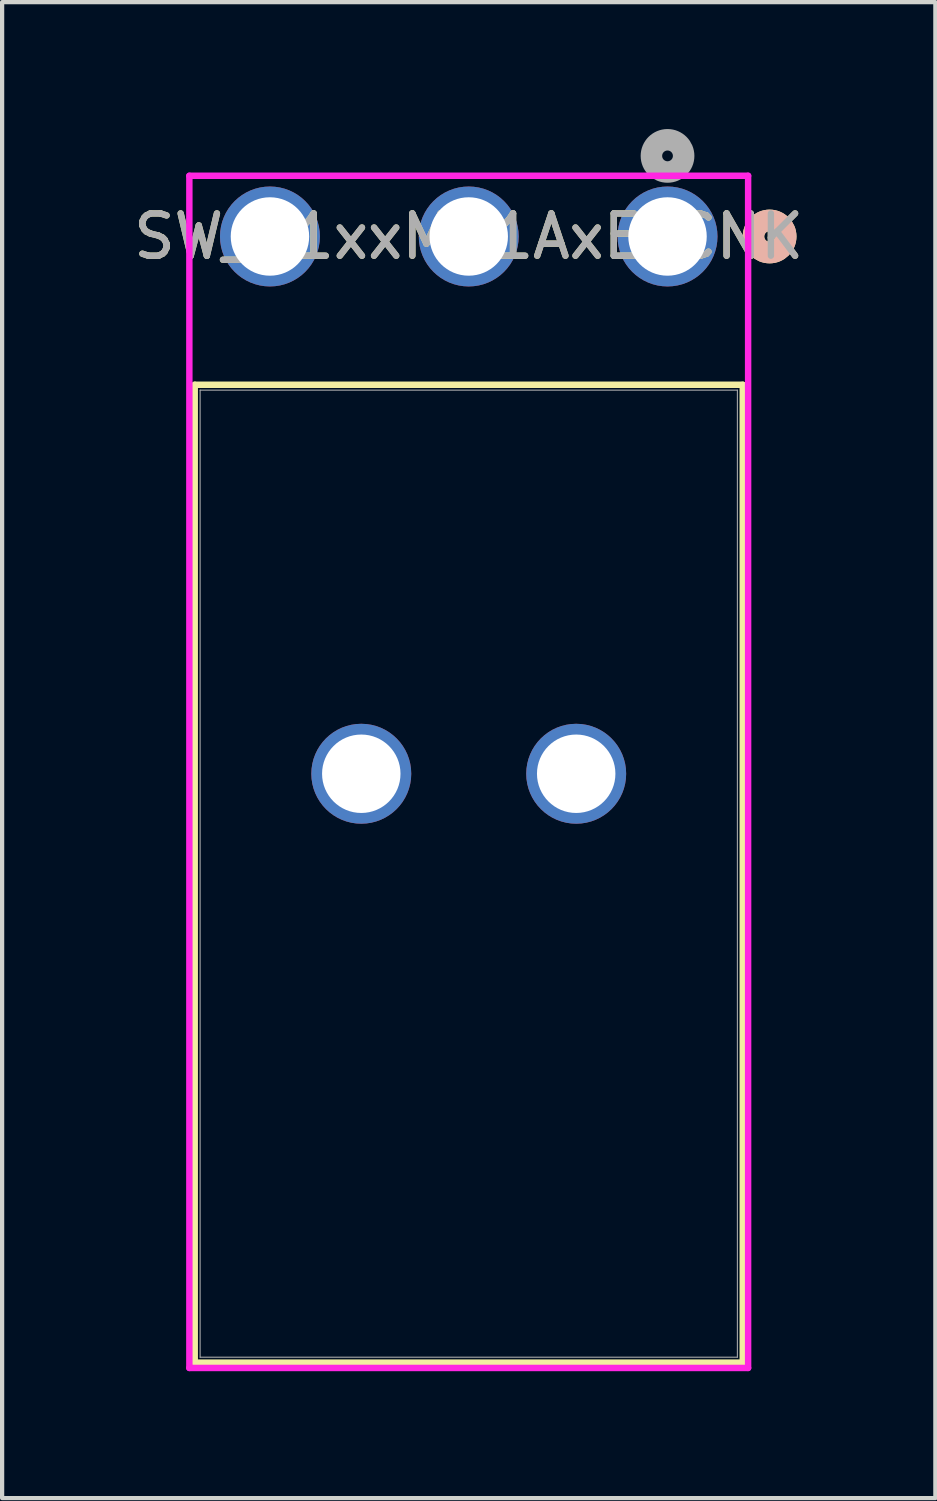
<source format=kicad_pcb>
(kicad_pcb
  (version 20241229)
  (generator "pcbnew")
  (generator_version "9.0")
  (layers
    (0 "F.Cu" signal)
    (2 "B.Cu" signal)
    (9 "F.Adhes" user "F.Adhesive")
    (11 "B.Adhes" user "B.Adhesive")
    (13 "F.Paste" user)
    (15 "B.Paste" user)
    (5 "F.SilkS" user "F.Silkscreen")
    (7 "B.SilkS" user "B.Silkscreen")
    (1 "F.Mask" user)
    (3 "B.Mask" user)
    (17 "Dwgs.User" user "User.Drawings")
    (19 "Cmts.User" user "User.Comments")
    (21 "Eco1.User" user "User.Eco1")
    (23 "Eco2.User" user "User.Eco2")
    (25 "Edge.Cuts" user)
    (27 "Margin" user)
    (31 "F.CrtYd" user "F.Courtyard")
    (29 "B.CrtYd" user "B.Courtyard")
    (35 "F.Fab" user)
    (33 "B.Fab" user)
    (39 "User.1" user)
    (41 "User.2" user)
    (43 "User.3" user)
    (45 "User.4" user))
  (footprint "SW_E1xxMD1AxE_CNK"
    (layer "F.Cu")
    (at 12.729 2.54)
    (property "Reference" "SW_E1xxMD1AxE_CNK" (at -4.699 0 0) (unlocked yes) (layer "F.SilkS") (effects (font (size 1 1) (thickness 0.15))))
    (attr through_hole)
    (fp_line (start -11.176 3.505) (end -11.176 26.619) (stroke (width 0.152) (type solid)) (layer "F.SilkS"))
    (fp_line (start -11.176 26.619) (end 1.778 26.619) (stroke (width 0.152) (type solid)) (layer "F.SilkS"))
    (fp_line (start 1.778 3.505) (end -11.176 3.505) (stroke (width 0.152) (type solid)) (layer "F.SilkS"))
    (fp_line (start 1.778 26.619) (end 1.778 3.505) (stroke (width 0.152) (type solid)) (layer "F.SilkS"))
    (fp_circle (center 2.413 0) (end 2.794 0) (stroke (width 0.508) (type solid)) (fill no) (layer "F.SilkS"))
    (fp_circle (center 2.413 0) (end 2.794 0) (stroke (width 0.508) (type solid)) (fill no) (layer "B.SilkS"))
    (fp_line (start -11.303 -1.435) (end -11.303 26.746) (stroke (width 0.152) (type solid)) (layer "F.CrtYd"))
    (fp_line (start -11.303 26.746) (end 1.905 26.746) (stroke (width 0.152) (type solid)) (layer "F.CrtYd"))
    (fp_line (start 1.905 -1.435) (end -11.303 -1.435) (stroke (width 0.152) (type solid)) (layer "F.CrtYd"))
    (fp_line (start 1.905 26.746) (end 1.905 -1.435) (stroke (width 0.152) (type solid)) (layer "F.CrtYd"))
    (fp_line (start -11.049 3.632) (end -11.049 26.492) (stroke (width 0.025) (type solid)) (layer "F.Fab"))
    (fp_line (start -11.049 26.492) (end 1.651 26.492) (stroke (width 0.025) (type solid)) (layer "F.Fab"))
    (fp_line (start 1.651 3.632) (end -11.049 3.632) (stroke (width 0.025) (type solid)) (layer "F.Fab"))
    (fp_line (start 1.651 26.492) (end 1.651 3.632) (stroke (width 0.025) (type solid)) (layer "F.Fab"))
    (fp_circle (center 0 -1.905) (end 0.381 -1.905) (stroke (width 0.508) (type solid)) (fill no) (layer "F.Fab"))
    (fp_text user "${REFERENCE}" (at -4.699 0 0) (unlocked yes) (layer "F.Fab") (effects (font (size 1 1) (thickness 0.15))))
    (pad "1" thru_hole circle (at 0 0) (size 2.362 2.362) (drill 1.854) (layers "*.Cu" "*.Mask"))
    (pad "2" thru_hole circle (at -4.699 0) (size 2.362 2.362) (drill 1.854) (layers "*.Cu" "*.Mask"))
    (pad "3" thru_hole circle (at -9.398 0) (size 2.362 2.362) (drill 1.854) (layers "*.Cu" "*.Mask"))
    (pad "4" thru_hole circle (at -7.239 12.7) (size 2.362 2.362) (drill 1.854) (layers "*.Cu" "*.Mask"))
    (pad "5" thru_hole circle (at -2.159 12.7) (size 2.362 2.362) (drill 1.854) (layers "*.Cu" "*.Mask")))
  (gr_rect
    (start -3 -3)
    (end 19.06 32.362)
    (stroke (width 0.1) (type default))
    (fill no)
    (layer "Edge.Cuts")))
</source>
